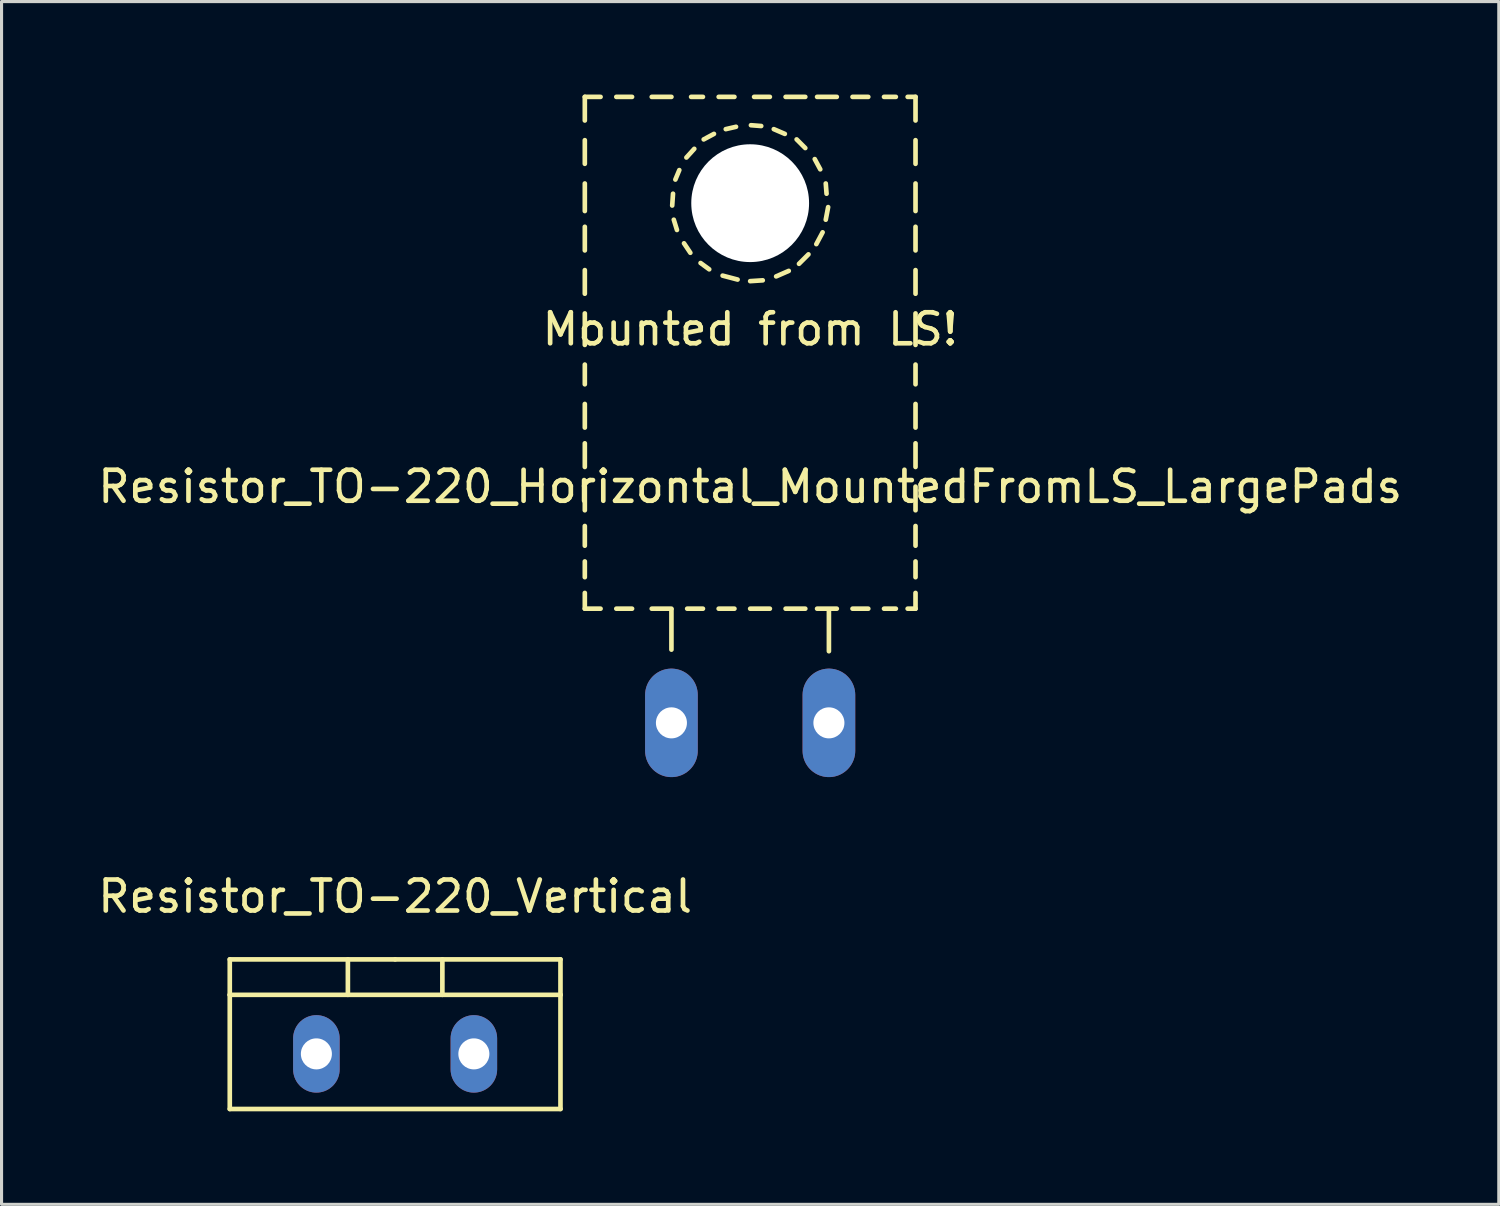
<source format=kicad_pcb>
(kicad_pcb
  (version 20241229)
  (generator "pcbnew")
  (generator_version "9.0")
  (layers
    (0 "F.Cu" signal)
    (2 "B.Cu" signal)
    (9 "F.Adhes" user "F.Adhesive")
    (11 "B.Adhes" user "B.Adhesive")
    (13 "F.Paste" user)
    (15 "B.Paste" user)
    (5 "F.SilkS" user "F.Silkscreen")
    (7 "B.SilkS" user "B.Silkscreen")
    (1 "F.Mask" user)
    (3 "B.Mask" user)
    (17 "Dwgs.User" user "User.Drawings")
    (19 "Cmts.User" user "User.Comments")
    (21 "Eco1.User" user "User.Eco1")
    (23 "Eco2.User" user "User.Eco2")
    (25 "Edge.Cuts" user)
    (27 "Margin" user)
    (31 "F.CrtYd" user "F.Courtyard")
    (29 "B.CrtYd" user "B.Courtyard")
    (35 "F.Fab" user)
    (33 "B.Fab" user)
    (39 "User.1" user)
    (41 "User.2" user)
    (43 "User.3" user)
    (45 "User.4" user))
  (footprint "Resistor_TO-220_Vertical"
    (layer "F.Cu")
    (at 9.696 30.946)
    (property "Reference" "Resistor_TO-220_Vertical" (at 0 -5.08 0) (layer "F.SilkS") (effects (font (size 1 1) (thickness 0.15))))
    (attr through_hole)
    (fp_line (start -5.334 -1.905) (end -5.334 -3.048) (stroke (width 0.15) (type solid)) (layer "F.SilkS"))
    (fp_line (start -5.334 1.778) (end -5.334 -1.905) (stroke (width 0.15) (type solid)) (layer "F.SilkS"))
    (fp_line (start -1.524 -3.048) (end -1.524 -1.905) (stroke (width 0.15) (type solid)) (layer "F.SilkS"))
    (fp_line (start 0 -3.048) (end -5.334 -3.048) (stroke (width 0.15) (type solid)) (layer "F.SilkS"))
    (fp_line (start 0 -3.048) (end 5.334 -3.048) (stroke (width 0.15) (type solid)) (layer "F.SilkS"))
    (fp_line (start 1.524 -3.048) (end 1.524 -1.905) (stroke (width 0.15) (type solid)) (layer "F.SilkS"))
    (fp_line (start 5.334 -3.048) (end 5.334 -1.905) (stroke (width 0.15) (type solid)) (layer "F.SilkS"))
    (fp_line (start 5.334 -1.905) (end -5.334 -1.905) (stroke (width 0.15) (type solid)) (layer "F.SilkS"))
    (fp_line (start 5.334 -1.905) (end 5.334 1.778) (stroke (width 0.15) (type solid)) (layer "F.SilkS"))
    (fp_line (start 5.334 1.778) (end -5.334 1.778) (stroke (width 0.15) (type solid)) (layer "F.SilkS"))
    (pad "1" thru_hole oval (at -2.54 0 90) (size 2.499 1.501) (drill 1.001) (layers "*.Cu" "*.Mask"))
    (pad "2" thru_hole oval (at 2.54 0 90) (size 2.499 1.501) (drill 1.001) (layers "*.Cu" "*.Mask")))
  (footprint "Resistor_TO-220_Horizontal_MountedFromLS_LargePads"
    (layer "F.Cu")
    (at 21.149 20.268)
    (property "Reference" "Resistor_TO-220_Horizontal_MountedFromLS_LargePads" (at 0 -7.62 0) (layer "F.SilkS") (effects (font (size 1 1) (thickness 0.15))))
    (attr through_hole)
    (fp_line (start -5.334 -20.193) (end -5.334 -19.431) (stroke (width 0.15) (type solid)) (layer "F.SilkS"))
    (fp_line (start -5.334 -20.193) (end -4.826 -20.193) (stroke (width 0.15) (type solid)) (layer "F.SilkS"))
    (fp_line (start -5.334 -18.796) (end -5.334 -18.034) (stroke (width 0.15) (type solid)) (layer "F.SilkS"))
    (fp_line (start -5.334 -17.399) (end -5.334 -16.51) (stroke (width 0.15) (type solid)) (layer "F.SilkS"))
    (fp_line (start -5.334 -16.002) (end -5.334 -15.24) (stroke (width 0.15) (type solid)) (layer "F.SilkS"))
    (fp_line (start -5.334 -14.605) (end -5.334 -13.843) (stroke (width 0.15) (type solid)) (layer "F.SilkS"))
    (fp_line (start -5.334 -13.208) (end -5.334 -12.192) (stroke (width 0.15) (type solid)) (layer "F.SilkS"))
    (fp_line (start -5.334 -11.557) (end -5.334 -10.922) (stroke (width 0.15) (type solid)) (layer "F.SilkS"))
    (fp_line (start -5.334 -10.287) (end -5.334 -9.525) (stroke (width 0.15) (type solid)) (layer "F.SilkS"))
    (fp_line (start -5.334 -9.017) (end -5.334 -8.255) (stroke (width 0.15) (type solid)) (layer "F.SilkS"))
    (fp_line (start -5.334 -7.62) (end -5.334 -6.858) (stroke (width 0.15) (type solid)) (layer "F.SilkS"))
    (fp_line (start -5.334 -6.35) (end -5.334 -5.715) (stroke (width 0.15) (type solid)) (layer "F.SilkS"))
    (fp_line (start -5.334 -5.207) (end -5.334 -4.699) (stroke (width 0.15) (type solid)) (layer "F.SilkS"))
    (fp_line (start -5.334 -4.191) (end -5.334 -3.683) (stroke (width 0.15) (type solid)) (layer "F.SilkS"))
    (fp_line (start -5.334 -3.683) (end -4.826 -3.683) (stroke (width 0.15) (type solid)) (layer "F.SilkS"))
    (fp_line (start -4.318 -20.193) (end -3.81 -20.193) (stroke (width 0.15) (type solid)) (layer "F.SilkS"))
    (fp_line (start -4.318 -3.683) (end -3.81 -3.683) (stroke (width 0.15) (type solid)) (layer "F.SilkS"))
    (fp_line (start -3.175 -20.193) (end -2.54 -20.193) (stroke (width 0.15) (type solid)) (layer "F.SilkS"))
    (fp_line (start -3.175 -3.683) (end -2.54 -3.683) (stroke (width 0.15) (type solid)) (layer "F.SilkS"))
    (fp_line (start -2.54 -3.658) (end -2.54 -2.362) (stroke (width 0.15) (type solid)) (layer "F.SilkS"))
    (fp_line (start -2.515 -16.688) (end -2.489 -17.069) (stroke (width 0.15) (type solid)) (layer "F.SilkS"))
    (fp_line (start -2.413 -17.526) (end -2.286 -17.831) (stroke (width 0.15) (type solid)) (layer "F.SilkS"))
    (fp_line (start -2.362 -15.9) (end -2.464 -16.231) (stroke (width 0.15) (type solid)) (layer "F.SilkS"))
    (fp_line (start -2.057 -18.237) (end -1.803 -18.517) (stroke (width 0.15) (type solid)) (layer "F.SilkS"))
    (fp_line (start -2.032 -3.683) (end -1.524 -3.683) (stroke (width 0.15) (type solid)) (layer "F.SilkS"))
    (fp_line (start -1.93 -15.164) (end -2.134 -15.469) (stroke (width 0.15) (type solid)) (layer "F.SilkS"))
    (fp_line (start -1.905 -20.193) (end -1.524 -20.193) (stroke (width 0.15) (type solid)) (layer "F.SilkS"))
    (fp_line (start -1.499 -18.821) (end -1.168 -18.999) (stroke (width 0.15) (type solid)) (layer "F.SilkS"))
    (fp_line (start -1.321 -14.63) (end -1.6 -14.834) (stroke (width 0.15) (type solid)) (layer "F.SilkS"))
    (fp_line (start -1.016 -20.193) (end -0.508 -20.193) (stroke (width 0.15) (type solid)) (layer "F.SilkS"))
    (fp_line (start -1.016 -3.683) (end -0.508 -3.683) (stroke (width 0.15) (type solid)) (layer "F.SilkS"))
    (fp_line (start -0.787 -19.152) (end -0.457 -19.228) (stroke (width 0.15) (type solid)) (layer "F.SilkS"))
    (fp_line (start -0.406 -14.3) (end -0.889 -14.427) (stroke (width 0.15) (type solid)) (layer "F.SilkS"))
    (fp_line (start 0 -3.683) (end 0.635 -3.683) (stroke (width 0.15) (type solid)) (layer "F.SilkS"))
    (fp_line (start 0.025 -19.279) (end 0.356 -19.253) (stroke (width 0.15) (type solid)) (layer "F.SilkS"))
    (fp_line (start 0.127 -20.193) (end 0.635 -20.193) (stroke (width 0.15) (type solid)) (layer "F.SilkS"))
    (fp_line (start 0.406 -14.275) (end 0 -14.249) (stroke (width 0.15) (type solid)) (layer "F.SilkS"))
    (fp_line (start 0.762 -19.152) (end 1.118 -18.999) (stroke (width 0.15) (type solid)) (layer "F.SilkS"))
    (fp_line (start 1.143 -20.193) (end 1.778 -20.193) (stroke (width 0.15) (type solid)) (layer "F.SilkS"))
    (fp_line (start 1.143 -3.683) (end 1.778 -3.683) (stroke (width 0.15) (type solid)) (layer "F.SilkS"))
    (fp_line (start 1.245 -14.58) (end 0.838 -14.402) (stroke (width 0.15) (type solid)) (layer "F.SilkS"))
    (fp_line (start 1.499 -18.821) (end 1.778 -18.542) (stroke (width 0.15) (type solid)) (layer "F.SilkS"))
    (fp_line (start 1.88 -15.113) (end 1.575 -14.808) (stroke (width 0.15) (type solid)) (layer "F.SilkS"))
    (fp_line (start 2.083 -18.186) (end 2.261 -17.856) (stroke (width 0.15) (type solid)) (layer "F.SilkS"))
    (fp_line (start 2.159 -20.193) (end 2.794 -20.193) (stroke (width 0.15) (type solid)) (layer "F.SilkS"))
    (fp_line (start 2.159 -3.683) (end 2.794 -3.683) (stroke (width 0.15) (type solid)) (layer "F.SilkS"))
    (fp_line (start 2.337 -15.824) (end 2.134 -15.443) (stroke (width 0.15) (type solid)) (layer "F.SilkS"))
    (fp_line (start 2.438 -17.399) (end 2.464 -17.069) (stroke (width 0.15) (type solid)) (layer "F.SilkS"))
    (fp_line (start 2.515 -16.637) (end 2.438 -16.231) (stroke (width 0.15) (type solid)) (layer "F.SilkS"))
    (fp_line (start 2.54 -3.658) (end 2.54 -2.311) (stroke (width 0.15) (type solid)) (layer "F.SilkS"))
    (fp_line (start 3.302 -20.193) (end 3.81 -20.193) (stroke (width 0.15) (type solid)) (layer "F.SilkS"))
    (fp_line (start 3.302 -3.683) (end 3.81 -3.683) (stroke (width 0.15) (type solid)) (layer "F.SilkS"))
    (fp_line (start 4.318 -20.193) (end 4.699 -20.193) (stroke (width 0.15) (type solid)) (layer "F.SilkS"))
    (fp_line (start 4.318 -3.683) (end 4.699 -3.683) (stroke (width 0.15) (type solid)) (layer "F.SilkS"))
    (fp_line (start 5.08 -20.193) (end 5.334 -20.193) (stroke (width 0.15) (type solid)) (layer "F.SilkS"))
    (fp_line (start 5.08 -3.683) (end 5.334 -3.683) (stroke (width 0.15) (type solid)) (layer "F.SilkS"))
    (fp_line (start 5.334 -20.193) (end 5.334 -19.431) (stroke (width 0.15) (type solid)) (layer "F.SilkS"))
    (fp_line (start 5.334 -18.796) (end 5.334 -18.034) (stroke (width 0.15) (type solid)) (layer "F.SilkS"))
    (fp_line (start 5.334 -17.399) (end 5.334 -16.51) (stroke (width 0.15) (type solid)) (layer "F.SilkS"))
    (fp_line (start 5.334 -16.002) (end 5.334 -15.24) (stroke (width 0.15) (type solid)) (layer "F.SilkS"))
    (fp_line (start 5.334 -14.605) (end 5.334 -13.843) (stroke (width 0.15) (type solid)) (layer "F.SilkS"))
    (fp_line (start 5.334 -13.208) (end 5.334 -12.192) (stroke (width 0.15) (type solid)) (layer "F.SilkS"))
    (fp_line (start 5.334 -11.557) (end 5.334 -10.922) (stroke (width 0.15) (type solid)) (layer "F.SilkS"))
    (fp_line (start 5.334 -10.287) (end 5.334 -9.525) (stroke (width 0.15) (type solid)) (layer "F.SilkS"))
    (fp_line (start 5.334 -9.017) (end 5.334 -8.255) (stroke (width 0.15) (type solid)) (layer "F.SilkS"))
    (fp_line (start 5.334 -7.62) (end 5.334 -6.858) (stroke (width 0.15) (type solid)) (layer "F.SilkS"))
    (fp_line (start 5.334 -6.35) (end 5.334 -5.715) (stroke (width 0.15) (type solid)) (layer "F.SilkS"))
    (fp_line (start 5.334 -5.207) (end 5.334 -4.699) (stroke (width 0.15) (type solid)) (layer "F.SilkS"))
    (fp_line (start 5.334 -4.191) (end 5.334 -3.683) (stroke (width 0.15) (type solid)) (layer "F.SilkS"))
    (fp_text user "Mounted from LS!" (at 0 -12.7 0) (layer "F.SilkS") (effects (font (size 1 1) (thickness 0.15))))
    (pad "" np_thru_hole circle (at 0 -16.764 90) (size 3.8 3.8) (drill 3.8) (layers "*.Cu" "*.Mask"))
    (pad "1" thru_hole oval (at 2.54 0 90) (size 3.5 1.699) (drill 1.001) (layers "*.Cu" "*.Mask"))
    (pad "3" thru_hole oval (at -2.54 0 90) (size 3.5 1.699) (drill 1.001) (layers "*.Cu" "*.Mask")))
  (gr_rect
    (start -3 -3)
    (end 45.298 35.799)
    (stroke (width 0.1) (type default))
    (fill no)
    (layer "Edge.Cuts")))
</source>
